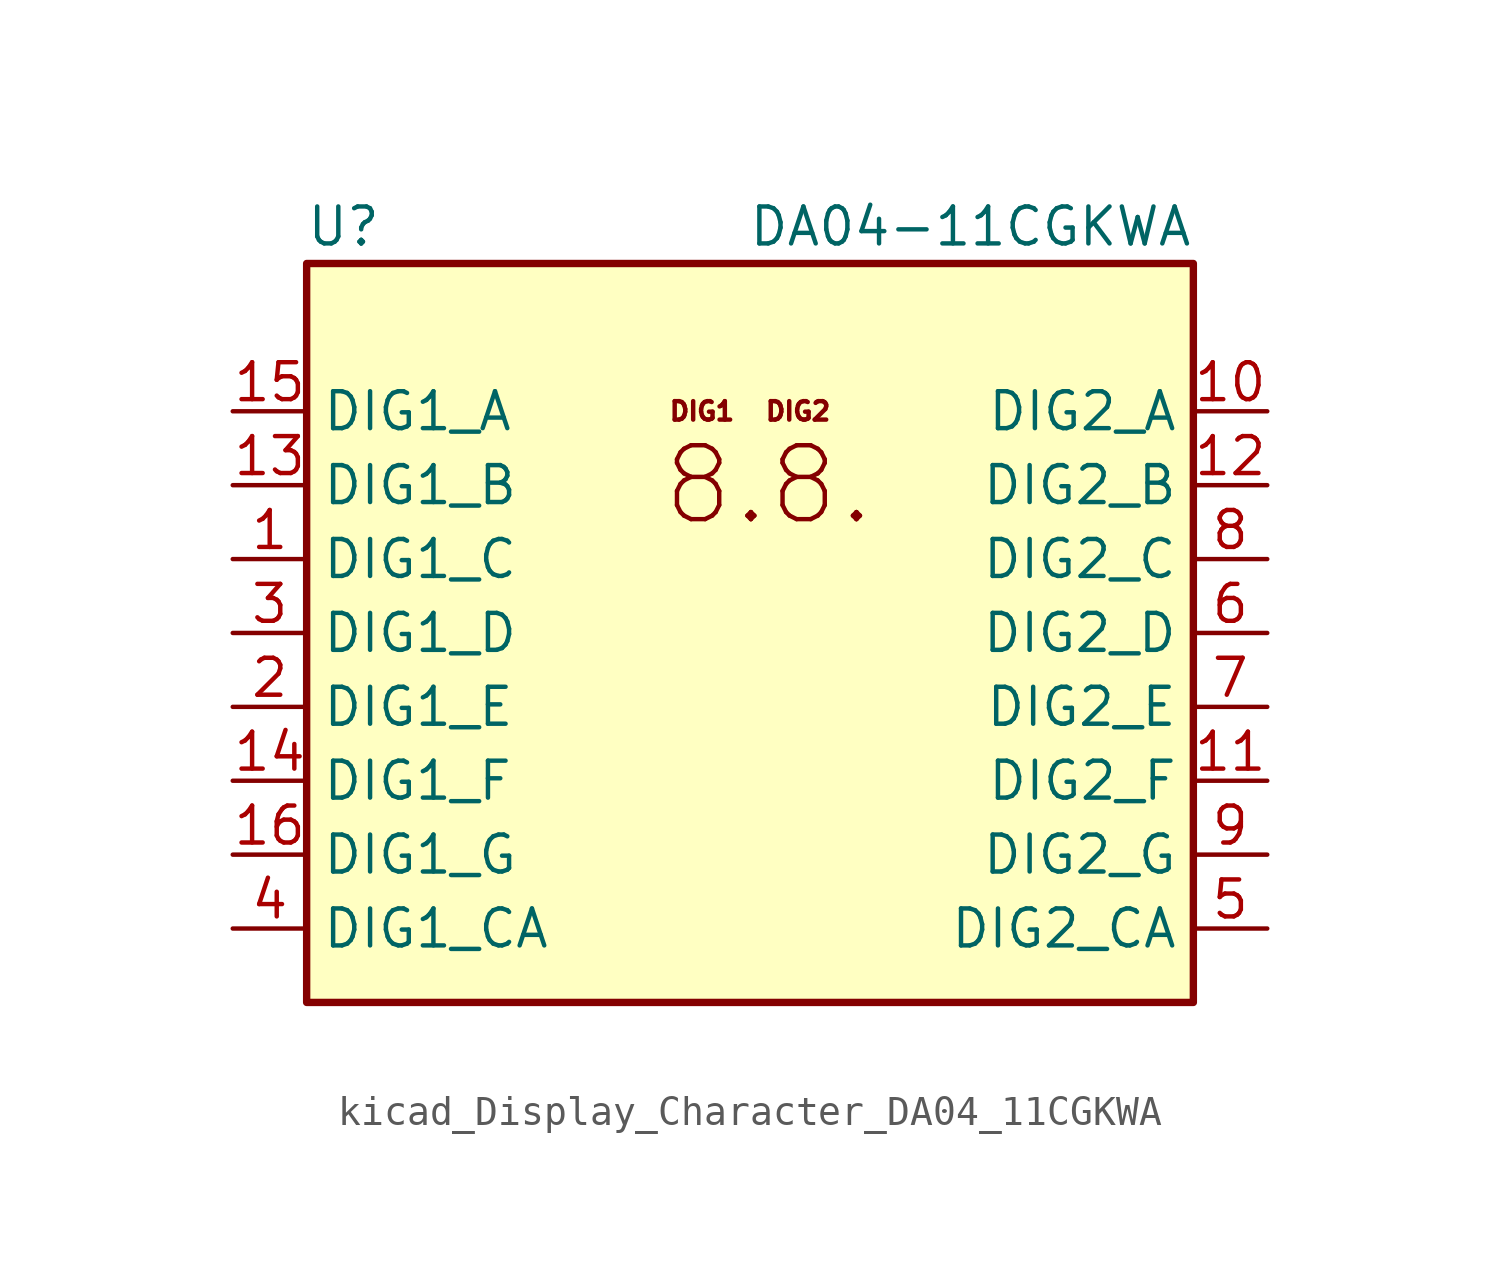
<source format=kicad_sym>
(kicad_symbol_lib
  (version 20220914)
  (generator kicad_symbol_editor)
  (symbol "kicad_Display_Character_DA04_11CGKWA"
    (property "Reference" "U"
      (at -13.97 13.97 0)
      (effects (font (size 1.27 1.27))))
    (property "Value" "DA04-11CGKWA"
      (at 15.24 13.97 0)
      (effects (font (size 1.27 1.27)) (justify right)))
    (symbol "kicad_Display_Character_DA04_11CGKWA_0_0"
      (text "8.8." (at 0.635 5.08 0) (effects (font (size 2.54 2.54))))
      (text "DIG1" (at -1.651 7.62 0) (effects (font (size 0.635 0.635))))
      (text "DIG2" (at 1.651 7.62 0) (effects (font (size 0.635 0.635)))))
    (symbol "kicad_Display_Character_DA04_11CGKWA_0_1"
      (rectangle (start -15.24 12.7) (end 15.24 -12.7) (stroke (width 0.254) (type default)) (fill (type background))))
    (symbol "kicad_Display_Character_DA04_11CGKWA_1_1"
      (pin input line (at -17.78 2.54 0) (length 2.54) (name "DIG1_C" (effects (font (size 1.27 1.27)))) (number "1" (effects (font (size 1.27 1.27)))))
      (pin input line (at 17.78 7.62 180) (length 2.54) (name "DIG2_A" (effects (font (size 1.27 1.27)))) (number "10" (effects (font (size 1.27 1.27)))))
      (pin input line (at 17.78 -5.08 180) (length 2.54) (name "DIG2_F" (effects (font (size 1.27 1.27)))) (number "11" (effects (font (size 1.27 1.27)))))
      (pin input line (at 17.78 5.08 180) (length 2.54) (name "DIG2_B" (effects (font (size 1.27 1.27)))) (number "12" (effects (font (size 1.27 1.27)))))
      (pin input line (at -17.78 5.08 0) (length 2.54) (name "DIG1_B" (effects (font (size 1.27 1.27)))) (number "13" (effects (font (size 1.27 1.27)))))
      (pin input line (at -17.78 -5.08 0) (length 2.54) (name "DIG1_F" (effects (font (size 1.27 1.27)))) (number "14" (effects (font (size 1.27 1.27)))))
      (pin input line (at -17.78 7.62 0) (length 2.54) (name "DIG1_A" (effects (font (size 1.27 1.27)))) (number "15" (effects (font (size 1.27 1.27)))))
      (pin input line (at -17.78 -7.62 0) (length 2.54) (name "DIG1_G" (effects (font (size 1.27 1.27)))) (number "16" (effects (font (size 1.27 1.27)))))
      (pin input line (at -17.78 -2.54 0) (length 2.54) (name "DIG1_E" (effects (font (size 1.27 1.27)))) (number "2" (effects (font (size 1.27 1.27)))))
      (pin input line (at -17.78 0 0) (length 2.54) (name "DIG1_D" (effects (font (size 1.27 1.27)))) (number "3" (effects (font (size 1.27 1.27)))))
      (pin input line (at -17.78 -10.16 0) (length 2.54) (name "DIG1_CA" (effects (font (size 1.27 1.27)))) (number "4" (effects (font (size 1.27 1.27)))))
      (pin input line (at 17.78 -10.16 180) (length 2.54) (name "DIG2_CA" (effects (font (size 1.27 1.27)))) (number "5" (effects (font (size 1.27 1.27)))))
      (pin input line (at 17.78 0 180) (length 2.54) (name "DIG2_D" (effects (font (size 1.27 1.27)))) (number "6" (effects (font (size 1.27 1.27)))))
      (pin input line (at 17.78 -2.54 180) (length 2.54) (name "DIG2_E" (effects (font (size 1.27 1.27)))) (number "7" (effects (font (size 1.27 1.27)))))
      (pin input line (at 17.78 2.54 180) (length 2.54) (name "DIG2_C" (effects (font (size 1.27 1.27)))) (number "8" (effects (font (size 1.27 1.27)))))
      (pin input line (at 17.78 -7.62 180) (length 2.54) (name "DIG2_G" (effects (font (size 1.27 1.27)))) (number "9" (effects (font (size 1.27 1.27))))))))
</source>
